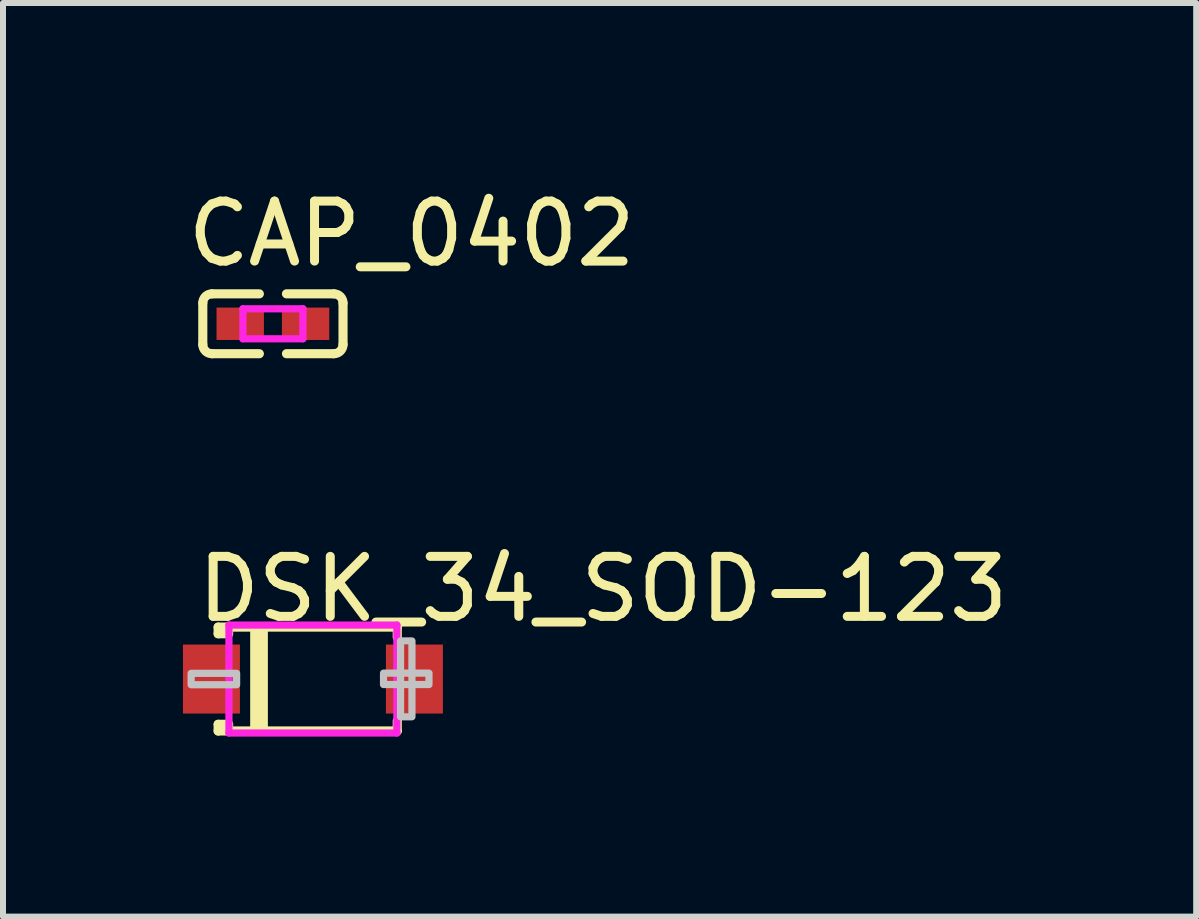
<source format=kicad_pcb>
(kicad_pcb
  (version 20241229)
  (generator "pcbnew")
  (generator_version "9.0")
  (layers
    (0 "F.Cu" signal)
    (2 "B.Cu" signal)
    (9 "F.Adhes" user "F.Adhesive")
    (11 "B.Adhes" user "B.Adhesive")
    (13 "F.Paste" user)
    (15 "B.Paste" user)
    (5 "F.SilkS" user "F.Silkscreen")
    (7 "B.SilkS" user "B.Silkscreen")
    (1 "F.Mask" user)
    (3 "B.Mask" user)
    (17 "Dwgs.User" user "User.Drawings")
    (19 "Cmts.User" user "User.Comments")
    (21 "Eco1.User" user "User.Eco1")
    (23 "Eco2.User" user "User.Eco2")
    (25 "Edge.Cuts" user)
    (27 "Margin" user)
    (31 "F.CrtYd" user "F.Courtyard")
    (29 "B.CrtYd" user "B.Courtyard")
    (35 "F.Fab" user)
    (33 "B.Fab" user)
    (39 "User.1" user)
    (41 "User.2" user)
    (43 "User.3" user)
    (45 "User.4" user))
  (footprint "CAP_0402"
    (layer "F.Cu")
    (at 1.5 2.348)
    (property "Reference" "CAP_0402" (at -1.5 -1.5 0) (layer "F.SilkS") (effects (font (size 1 1) (thickness 0.15)) (justify left)))
    (attr through_hole)
    (fp_line (start -1.169 0.346) (end -1.169 -0.346) (stroke (width 0.152) (type solid)) (layer "F.SilkS"))
    (fp_line (start -1.016 -0.499) (end -0.226 -0.499) (stroke (width 0.152) (type solid)) (layer "F.SilkS"))
    (fp_line (start -0.226 0.499) (end -1.016 0.499) (stroke (width 0.152) (type solid)) (layer "F.SilkS"))
    (fp_line (start 0.226 0.499) (end 1.016 0.499) (stroke (width 0.152) (type solid)) (layer "F.SilkS"))
    (fp_line (start 1.016 -0.499) (end 0.226 -0.499) (stroke (width 0.152) (type solid)) (layer "F.SilkS"))
    (fp_line (start 1.169 0.346) (end 1.169 -0.346) (stroke (width 0.152) (type solid)) (layer "F.SilkS"))
    (fp_arc (start -1.169 -0.346) (mid -1.124187 -0.454187) (end -1.016 -0.499) (stroke (width 0.152) (type solid)) (layer "F.SilkS"))
    (fp_arc (start -1.016 0.499) (mid -1.124187 0.454187) (end -1.169 0.346) (stroke (width 0.152) (type solid)) (layer "F.SilkS"))
    (fp_arc (start 1.016 -0.499) (mid 1.124187 -0.454187) (end 1.169 -0.346) (stroke (width 0.152) (type solid)) (layer "F.SilkS"))
    (fp_arc (start 1.169 0.346) (mid 1.124187 0.454187) (end 1.016 0.499) (stroke (width 0.152) (type solid)) (layer "F.SilkS"))
    (fp_poly (pts (xy -0.18 -0.225) (xy -0.18 0.225) (xy -0.25 0.275) (xy -0.73 0.275) (xy -0.78 0.225) (xy -0.78 -0.225) (xy -0.73 -0.275) (xy -0.25 -0.275)) (stroke (width 0.12) (type solid)) (fill yes) (layer "F.Paste"))
    (fp_poly (pts (xy 0.78 -0.225) (xy 0.78 0.225) (xy 0.73 0.275) (xy 0.25 0.275) (xy 0.18 0.225) (xy 0.18 -0.225) (xy 0.25 -0.275) (xy 0.73 -0.275)) (stroke (width 0.12) (type solid)) (fill yes) (layer "F.Paste"))
    (fp_circle (center -0.5 0.25) (end -0.47 0.25) (stroke (width 0.06) (type solid)) (fill no) (layer "Eco2.User"))
    (fp_poly (pts (xy -0.5 0.25) (xy -0.5 -0.25) (xy -0.25 -0.25) (xy -0.25 0.25)) (stroke (width 0.12) (type solid)) (fill no) (layer "Eco2.User"))
    (fp_poly (pts (xy 0.5 0.25) (xy 0.5 -0.25) (xy 0.25 -0.25) (xy 0.25 0.25)) (stroke (width 0.12) (type solid)) (fill no) (layer "Eco2.User"))
    (fp_line (start -0.5 -0.25) (end 0.5 -0.25) (stroke (width 0.12) (type solid)) (layer "F.CrtYd"))
    (fp_line (start -0.5 0.25) (end -0.5 -0.25) (stroke (width 0.12) (type solid)) (layer "F.CrtYd"))
    (fp_line (start 0.5 -0.25) (end 0.5 0.25) (stroke (width 0.12) (type solid)) (layer "F.CrtYd"))
    (fp_line (start 0.5 0.25) (end -0.5 0.25) (stroke (width 0.12) (type solid)) (layer "F.CrtYd"))
    (pad "1" smd rect (at -0.545 0) (size 0.79 0.54) (layers "F.Cu" "F.Mask" "F.Paste"))
    (pad "2" smd rect (at 0.545 0) (size 0.79 0.54) (layers "F.Cu" "F.Mask" "F.Paste")))
  (footprint "DSK_34_SOD-123"
    (layer "F.Cu")
    (at 2.167 8.271)
    (property "Reference" "DSK_34_SOD-123" (at -2 -1.5 0) (layer "F.SilkS") (effects (font (size 1 1) (thickness 0.15)) (justify left)))
    (attr through_hole)
    (fp_line (start -1.58 -0.866) (end -1.406 -0.866) (stroke (width 0.152) (type solid)) (layer "F.SilkS"))
    (fp_line (start -1.58 -0.755) (end -1.58 -0.866) (stroke (width 0.152) (type solid)) (layer "F.SilkS"))
    (fp_line (start -1.58 -0.755) (end -1.406 -0.755) (stroke (width 0.152) (type solid)) (layer "F.SilkS"))
    (fp_line (start -1.58 0.755) (end -1.406 0.755) (stroke (width 0.152) (type solid)) (layer "F.SilkS"))
    (fp_line (start -1.58 0.866) (end -1.58 0.755) (stroke (width 0.152) (type solid)) (layer "F.SilkS"))
    (fp_line (start -1.406 -0.866) (end -1.406 -0.755) (stroke (width 0.152) (type solid)) (layer "F.SilkS"))
    (fp_line (start -1.406 -0.866) (end 1.406 -0.866) (stroke (width 0.152) (type solid)) (layer "F.SilkS"))
    (fp_line (start -1.406 0.755) (end -1.406 0.866) (stroke (width 0.152) (type solid)) (layer "F.SilkS"))
    (fp_line (start -1.406 0.866) (end -1.58 0.866) (stroke (width 0.152) (type solid)) (layer "F.SilkS"))
    (fp_line (start -1.406 0.866) (end 1.406 0.866) (stroke (width 0.152) (type solid)) (layer "F.SilkS"))
    (fp_line (start -0.97 -0.866) (end -0.97 0.866) (stroke (width 0.152) (type solid)) (layer "F.SilkS"))
    (fp_line (start -0.827 -0.866) (end -0.827 0.866) (stroke (width 0.152) (type solid)) (layer "F.SilkS"))
    (fp_line (start 1.406 -0.866) (end 1.406 -0.698) (stroke (width 0.152) (type solid)) (layer "F.SilkS"))
    (fp_line (start 1.406 0.866) (end 1.406 0.698) (stroke (width 0.152) (type solid)) (layer "F.SilkS"))
    (fp_poly (pts (xy -2.03 -0.095) (xy -2.03 0.095) (xy -1.272 0.095) (xy -1.272 -0.095)) (stroke (width 0.12) (type solid)) (fill no) (layer "Dwgs.User"))
    (fp_poly (pts (xy 1.651 -0.635) (xy 1.651 0.629) (xy 1.461 0.629) (xy 1.461 -0.635)) (stroke (width 0.12) (type solid)) (fill no) (layer "Dwgs.User"))
    (fp_poly (pts (xy 1.935 -0.098) (xy 1.935 0.092) (xy 1.177 0.092) (xy 1.177 -0.098)) (stroke (width 0.12) (type solid)) (fill no) (layer "Dwgs.User"))
    (fp_circle (center -1.85 0.9) (end -1.82 0.9) (stroke (width 0.06) (type solid)) (fill no) (layer "Eco2.User"))
    (fp_poly (pts (xy -1.851 0.465) (xy -1.851 -0.465) (xy -1.301 -0.465) (xy -1.301 0.465)) (stroke (width 0.12) (type solid)) (fill no) (layer "Eco2.User"))
    (fp_poly (pts (xy 1.851 0.465) (xy 1.851 -0.465) (xy 1.301 -0.465) (xy 1.301 0.465)) (stroke (width 0.12) (type solid)) (fill no) (layer "Eco2.User"))
    (fp_line (start -1.4 -0.9) (end 1.4 -0.9) (stroke (width 0.12) (type solid)) (layer "F.CrtYd"))
    (fp_line (start -1.4 0.9) (end -1.4 -0.9) (stroke (width 0.12) (type solid)) (layer "F.CrtYd"))
    (fp_line (start 1.4 -0.9) (end 1.4 0.9) (stroke (width 0.12) (type solid)) (layer "F.CrtYd"))
    (fp_line (start 1.4 0.9) (end -1.4 0.9) (stroke (width 0.12) (type solid)) (layer "F.CrtYd"))
    (pad "1" smd rect (at -1.692 0) (size 0.95 1.15) (layers "F.Cu" "F.Mask" "F.Paste"))
    (pad "2" smd rect (at 1.692 0) (size 0.95 1.15) (layers "F.Cu" "F.Mask" "F.Paste")))
  (gr_rect
    (start -3 -3)
    (end 16.893 12.232)
    (stroke (width 0.1) (type default))
    (fill no)
    (layer "Edge.Cuts")))
</source>
